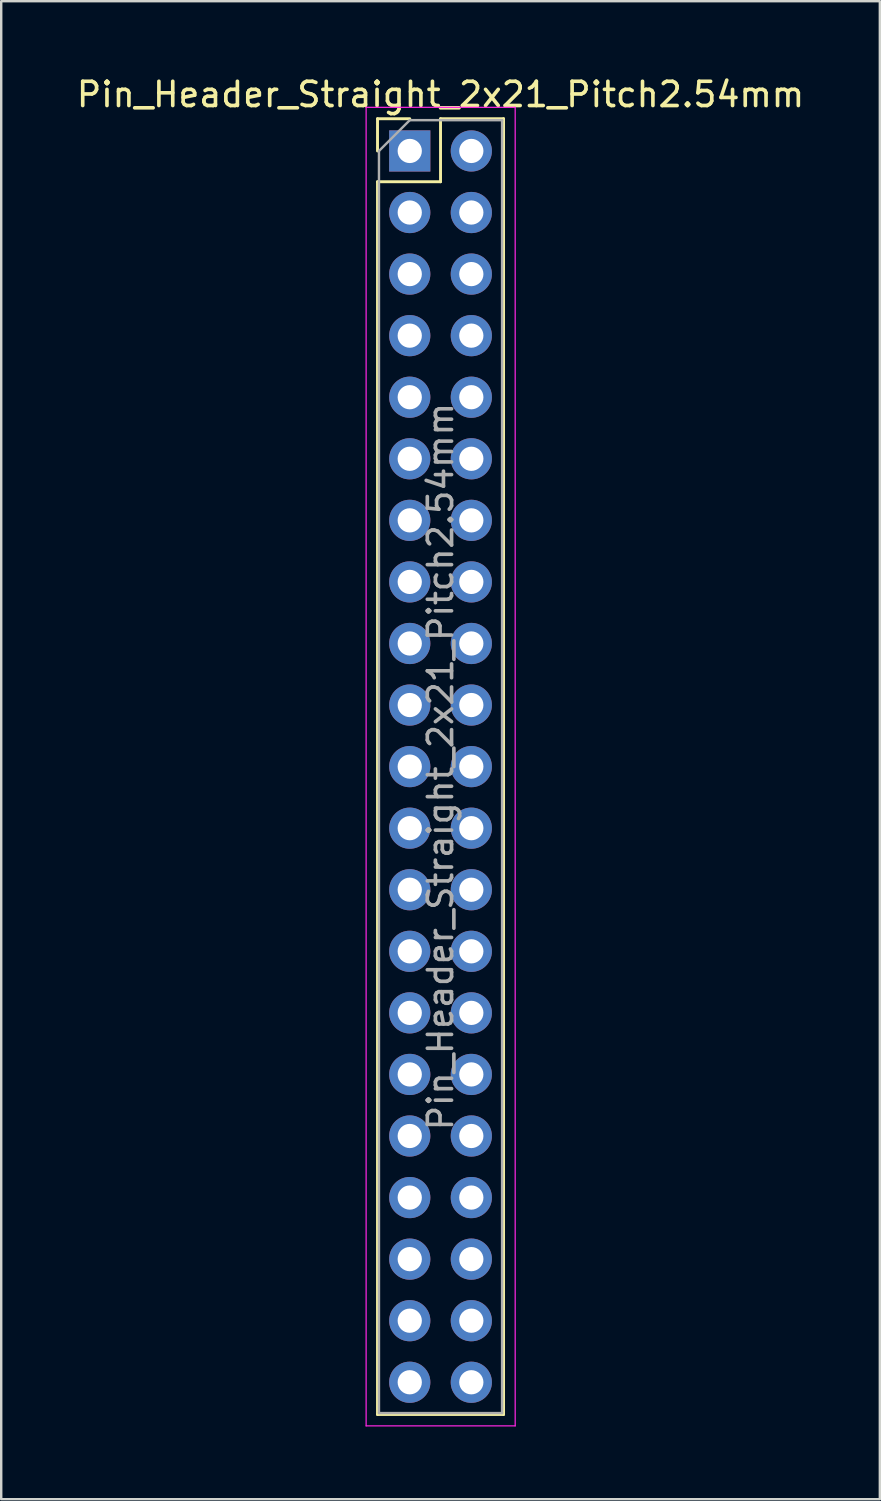
<source format=kicad_pcb>
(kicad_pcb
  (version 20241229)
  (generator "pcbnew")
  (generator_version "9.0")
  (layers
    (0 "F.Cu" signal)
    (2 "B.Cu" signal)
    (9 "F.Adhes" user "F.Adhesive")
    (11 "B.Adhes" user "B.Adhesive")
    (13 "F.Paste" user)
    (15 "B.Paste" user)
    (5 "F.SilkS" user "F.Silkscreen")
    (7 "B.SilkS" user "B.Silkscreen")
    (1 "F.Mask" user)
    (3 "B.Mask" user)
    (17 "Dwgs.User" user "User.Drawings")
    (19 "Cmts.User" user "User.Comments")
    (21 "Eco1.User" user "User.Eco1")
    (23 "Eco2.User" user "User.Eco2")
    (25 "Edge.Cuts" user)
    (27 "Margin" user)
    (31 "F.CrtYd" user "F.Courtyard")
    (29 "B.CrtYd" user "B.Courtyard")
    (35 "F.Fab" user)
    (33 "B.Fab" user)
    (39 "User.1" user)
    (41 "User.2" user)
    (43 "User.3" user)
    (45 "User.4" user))
  (footprint "Pin_Header_Straight_2x21_Pitch2.54mm"
    (layer "F.Cu")
    (at 13.855 3.178)
    (property "Reference" "Pin_Header_Straight_2x21_Pitch2.54mm" (at 1.27 -2.33 0) (layer "F.SilkS") (effects (font (size 1 1) (thickness 0.15))))
    (attr through_hole)
    (fp_line (start -1.33 -1.33) (end 0 -1.33) (stroke (width 0.12) (type solid)) (layer "F.SilkS"))
    (fp_line (start -1.33 0) (end -1.33 -1.33) (stroke (width 0.12) (type solid)) (layer "F.SilkS"))
    (fp_line (start -1.33 1.27) (end -1.33 52.13) (stroke (width 0.12) (type solid)) (layer "F.SilkS"))
    (fp_line (start -1.33 1.27) (end 1.27 1.27) (stroke (width 0.12) (type solid)) (layer "F.SilkS"))
    (fp_line (start -1.33 52.13) (end 3.87 52.13) (stroke (width 0.12) (type solid)) (layer "F.SilkS"))
    (fp_line (start 1.27 -1.33) (end 3.87 -1.33) (stroke (width 0.12) (type solid)) (layer "F.SilkS"))
    (fp_line (start 1.27 1.27) (end 1.27 -1.33) (stroke (width 0.12) (type solid)) (layer "F.SilkS"))
    (fp_line (start 3.87 -1.33) (end 3.87 52.13) (stroke (width 0.12) (type solid)) (layer "F.SilkS"))
    (fp_line (start -1.8 -1.8) (end -1.8 52.6) (stroke (width 0.05) (type solid)) (layer "F.CrtYd"))
    (fp_line (start -1.8 52.6) (end 4.35 52.6) (stroke (width 0.05) (type solid)) (layer "F.CrtYd"))
    (fp_line (start 4.35 -1.8) (end -1.8 -1.8) (stroke (width 0.05) (type solid)) (layer "F.CrtYd"))
    (fp_line (start 4.35 52.6) (end 4.35 -1.8) (stroke (width 0.05) (type solid)) (layer "F.CrtYd"))
    (fp_line (start -1.27 0) (end 0 -1.27) (stroke (width 0.1) (type solid)) (layer "F.Fab"))
    (fp_line (start -1.27 52.07) (end -1.27 0) (stroke (width 0.1) (type solid)) (layer "F.Fab"))
    (fp_line (start 0 -1.27) (end 3.81 -1.27) (stroke (width 0.1) (type solid)) (layer "F.Fab"))
    (fp_line (start 3.81 -1.27) (end 3.81 52.07) (stroke (width 0.1) (type solid)) (layer "F.Fab"))
    (fp_line (start 3.81 52.07) (end -1.27 52.07) (stroke (width 0.1) (type solid)) (layer "F.Fab"))
    (fp_text user "${REFERENCE}" (at 1.27 25.4 90) (layer "F.Fab") (effects (font (size 1 1) (thickness 0.15))))
    (pad "1" thru_hole rect (at 0 0) (size 1.7 1.7) (drill 1) (layers "*.Cu" "*.Mask"))
    (pad "2" thru_hole oval (at 2.54 0) (size 1.7 1.7) (drill 1) (layers "*.Cu" "*.Mask"))
    (pad "3" thru_hole oval (at 0 2.54) (size 1.7 1.7) (drill 1) (layers "*.Cu" "*.Mask"))
    (pad "4" thru_hole oval (at 2.54 2.54) (size 1.7 1.7) (drill 1) (layers "*.Cu" "*.Mask"))
    (pad "5" thru_hole oval (at 0 5.08) (size 1.7 1.7) (drill 1) (layers "*.Cu" "*.Mask"))
    (pad "6" thru_hole oval (at 2.54 5.08) (size 1.7 1.7) (drill 1) (layers "*.Cu" "*.Mask"))
    (pad "7" thru_hole oval (at 0 7.62) (size 1.7 1.7) (drill 1) (layers "*.Cu" "*.Mask"))
    (pad "8" thru_hole oval (at 2.54 7.62) (size 1.7 1.7) (drill 1) (layers "*.Cu" "*.Mask"))
    (pad "9" thru_hole oval (at 0 10.16) (size 1.7 1.7) (drill 1) (layers "*.Cu" "*.Mask"))
    (pad "10" thru_hole oval (at 2.54 10.16) (size 1.7 1.7) (drill 1) (layers "*.Cu" "*.Mask"))
    (pad "11" thru_hole oval (at 0 12.7) (size 1.7 1.7) (drill 1) (layers "*.Cu" "*.Mask"))
    (pad "12" thru_hole oval (at 2.54 12.7) (size 1.7 1.7) (drill 1) (layers "*.Cu" "*.Mask"))
    (pad "13" thru_hole oval (at 0 15.24) (size 1.7 1.7) (drill 1) (layers "*.Cu" "*.Mask"))
    (pad "14" thru_hole oval (at 2.54 15.24) (size 1.7 1.7) (drill 1) (layers "*.Cu" "*.Mask"))
    (pad "15" thru_hole oval (at 0 17.78) (size 1.7 1.7) (drill 1) (layers "*.Cu" "*.Mask"))
    (pad "16" thru_hole oval (at 2.54 17.78) (size 1.7 1.7) (drill 1) (layers "*.Cu" "*.Mask"))
    (pad "17" thru_hole oval (at 0 20.32) (size 1.7 1.7) (drill 1) (layers "*.Cu" "*.Mask"))
    (pad "18" thru_hole oval (at 2.54 20.32) (size 1.7 1.7) (drill 1) (layers "*.Cu" "*.Mask"))
    (pad "19" thru_hole oval (at 0 22.86) (size 1.7 1.7) (drill 1) (layers "*.Cu" "*.Mask"))
    (pad "20" thru_hole oval (at 2.54 22.86) (size 1.7 1.7) (drill 1) (layers "*.Cu" "*.Mask"))
    (pad "21" thru_hole oval (at 0 25.4) (size 1.7 1.7) (drill 1) (layers "*.Cu" "*.Mask"))
    (pad "22" thru_hole oval (at 2.54 25.4) (size 1.7 1.7) (drill 1) (layers "*.Cu" "*.Mask"))
    (pad "23" thru_hole oval (at 0 27.94) (size 1.7 1.7) (drill 1) (layers "*.Cu" "*.Mask"))
    (pad "24" thru_hole oval (at 2.54 27.94) (size 1.7 1.7) (drill 1) (layers "*.Cu" "*.Mask"))
    (pad "25" thru_hole oval (at 0 30.48) (size 1.7 1.7) (drill 1) (layers "*.Cu" "*.Mask"))
    (pad "26" thru_hole oval (at 2.54 30.48) (size 1.7 1.7) (drill 1) (layers "*.Cu" "*.Mask"))
    (pad "27" thru_hole oval (at 0 33.02) (size 1.7 1.7) (drill 1) (layers "*.Cu" "*.Mask"))
    (pad "28" thru_hole oval (at 2.54 33.02) (size 1.7 1.7) (drill 1) (layers "*.Cu" "*.Mask"))
    (pad "29" thru_hole oval (at 0 35.56) (size 1.7 1.7) (drill 1) (layers "*.Cu" "*.Mask"))
    (pad "30" thru_hole oval (at 2.54 35.56) (size 1.7 1.7) (drill 1) (layers "*.Cu" "*.Mask"))
    (pad "31" thru_hole oval (at 0 38.1) (size 1.7 1.7) (drill 1) (layers "*.Cu" "*.Mask"))
    (pad "32" thru_hole oval (at 2.54 38.1) (size 1.7 1.7) (drill 1) (layers "*.Cu" "*.Mask"))
    (pad "33" thru_hole oval (at 0 40.64) (size 1.7 1.7) (drill 1) (layers "*.Cu" "*.Mask"))
    (pad "34" thru_hole oval (at 2.54 40.64) (size 1.7 1.7) (drill 1) (layers "*.Cu" "*.Mask"))
    (pad "35" thru_hole oval (at 0 43.18) (size 1.7 1.7) (drill 1) (layers "*.Cu" "*.Mask"))
    (pad "36" thru_hole oval (at 2.54 43.18) (size 1.7 1.7) (drill 1) (layers "*.Cu" "*.Mask"))
    (pad "37" thru_hole oval (at 0 45.72) (size 1.7 1.7) (drill 1) (layers "*.Cu" "*.Mask"))
    (pad "38" thru_hole oval (at 2.54 45.72) (size 1.7 1.7) (drill 1) (layers "*.Cu" "*.Mask"))
    (pad "39" thru_hole oval (at 0 48.26) (size 1.7 1.7) (drill 1) (layers "*.Cu" "*.Mask"))
    (pad "40" thru_hole oval (at 2.54 48.26) (size 1.7 1.7) (drill 1) (layers "*.Cu" "*.Mask"))
    (pad "41" thru_hole oval (at 0 50.8) (size 1.7 1.7) (drill 1) (layers "*.Cu" "*.Mask"))
    (pad "42" thru_hole oval (at 2.54 50.8) (size 1.7 1.7) (drill 1) (layers "*.Cu" "*.Mask")))
  (gr_rect
    (start -3 -3)
    (end 33.25 58.803)
    (stroke (width 0.1) (type default))
    (fill no)
    (layer "Edge.Cuts")))
</source>
